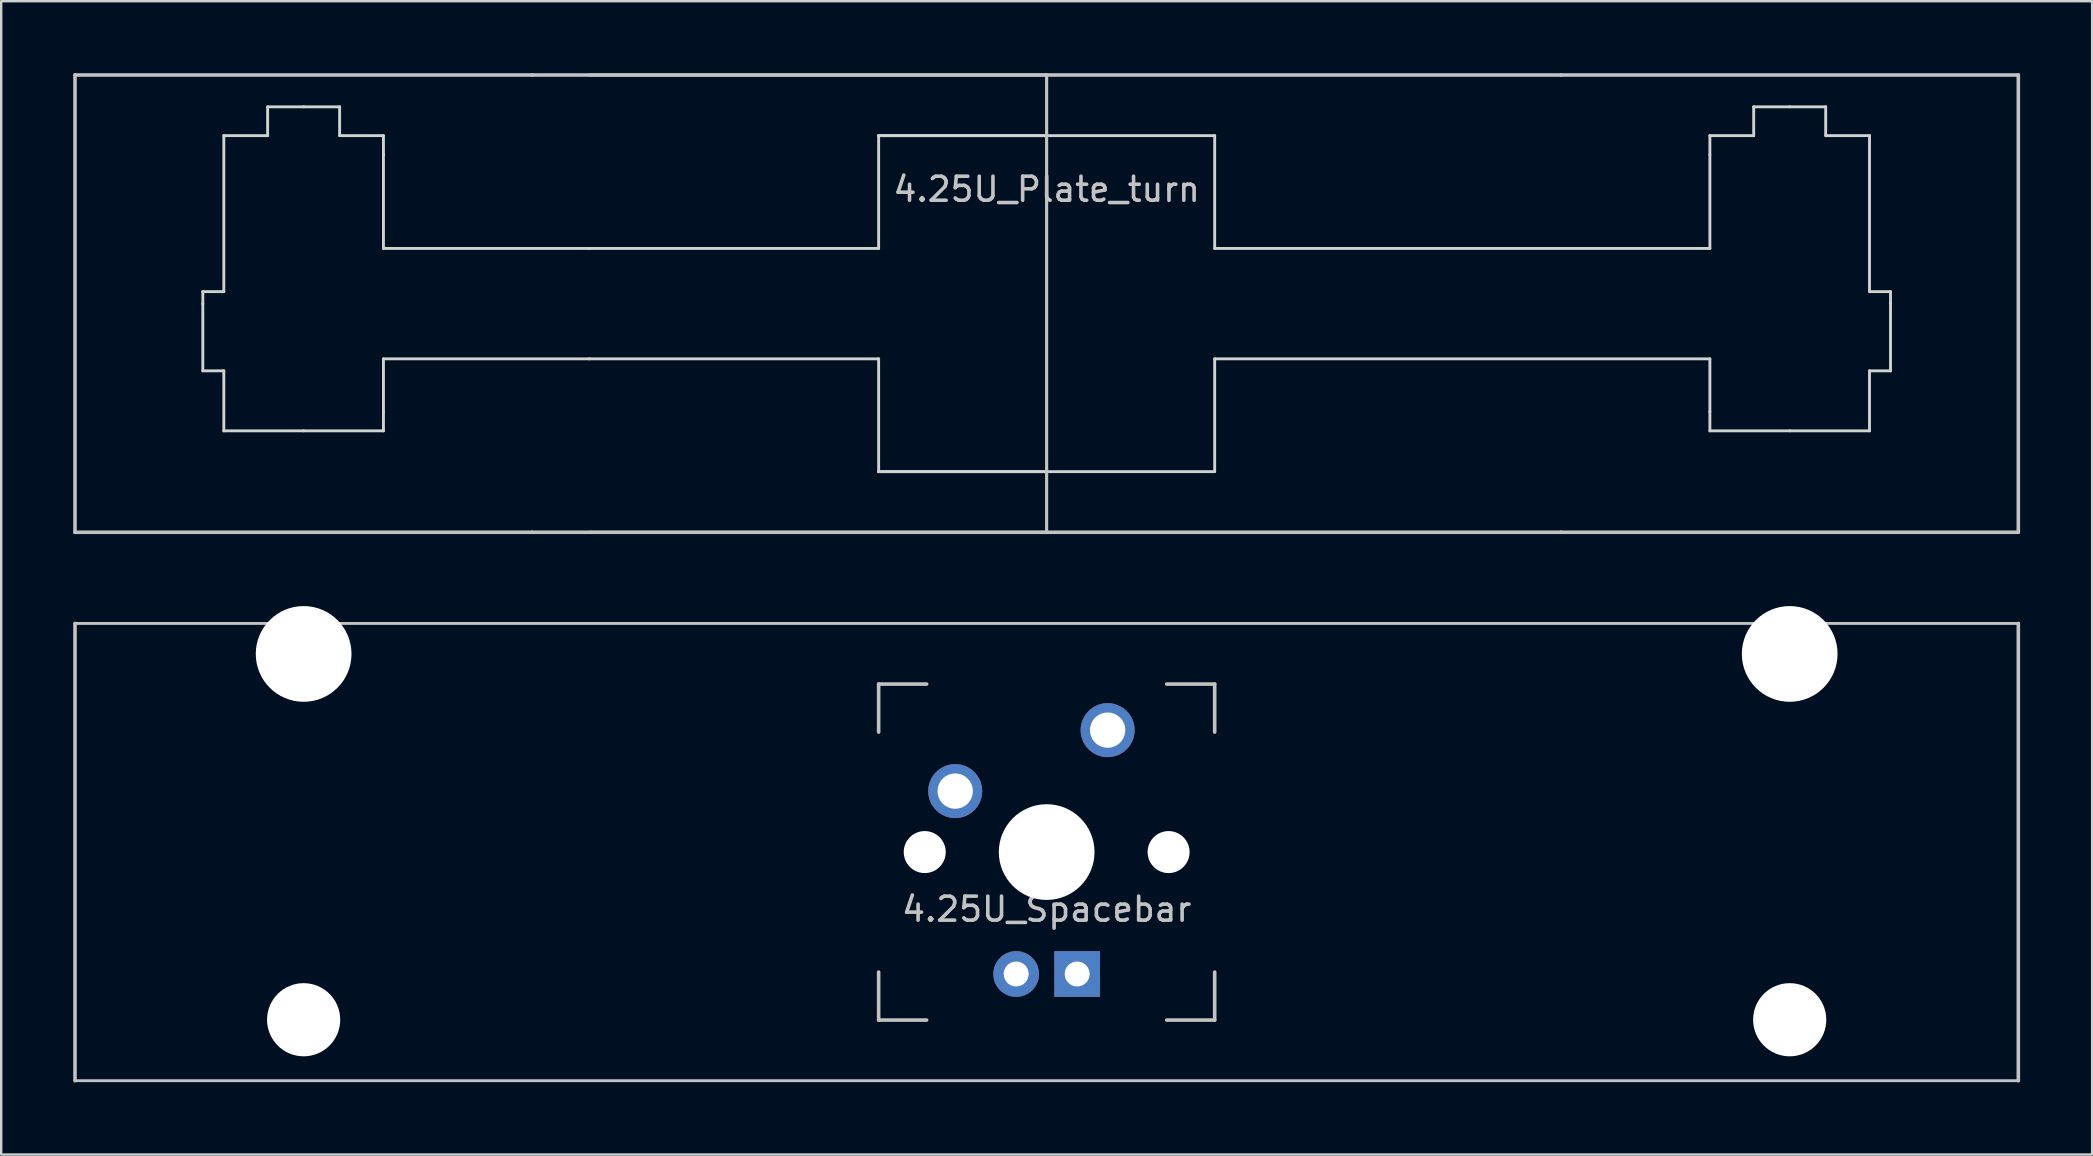
<source format=kicad_pcb>
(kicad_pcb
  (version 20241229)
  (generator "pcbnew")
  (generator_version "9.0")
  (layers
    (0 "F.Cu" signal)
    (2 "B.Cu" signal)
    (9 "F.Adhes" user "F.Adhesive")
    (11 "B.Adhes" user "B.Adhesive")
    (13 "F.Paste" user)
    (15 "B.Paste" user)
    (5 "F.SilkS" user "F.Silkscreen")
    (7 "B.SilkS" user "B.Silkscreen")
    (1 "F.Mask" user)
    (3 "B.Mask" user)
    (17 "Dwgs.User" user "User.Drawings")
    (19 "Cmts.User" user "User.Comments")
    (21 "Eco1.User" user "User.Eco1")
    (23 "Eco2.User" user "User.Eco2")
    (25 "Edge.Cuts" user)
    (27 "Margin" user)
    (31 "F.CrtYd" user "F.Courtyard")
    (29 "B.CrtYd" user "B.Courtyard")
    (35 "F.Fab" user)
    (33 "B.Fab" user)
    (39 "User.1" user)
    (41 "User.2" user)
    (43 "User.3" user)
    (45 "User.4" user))
  (footprint "4.25U_Plate_turn"
    (layer "F.Cu")
    (at 40.556 9.6)
    (property "Reference" "4.25U_Plate_turn" (at 0 -4.763 0) (unlocked yes) (layer "Dwgs.User") (effects (font (size 1 1) (thickness 0.15))))
    (attr smd)
    (fp_line (start -40.481 -9.525) (end -21.431 -9.525) (stroke (width 0.15) (type solid)) (layer "Dwgs.User"))
    (fp_line (start -40.481 9.525) (end -40.481 -9.525) (stroke (width 0.15) (type solid)) (layer "Dwgs.User"))
    (fp_line (start -21.431 9.525) (end -40.481 9.525) (stroke (width 0.15) (type solid)) (layer "Dwgs.User"))
    (fp_line (start -19.05 -9.525) (end 0 -9.525) (stroke (width 0.12) (type solid)) (layer "Dwgs.User"))
    (fp_line (start -19.05 9.525) (end 0 9.525) (stroke (width 0.12) (type solid)) (layer "Dwgs.User"))
    (fp_line (start 0 -9.525) (end 0 9.525) (stroke (width 0.12) (type solid)) (layer "Dwgs.User"))
    (fp_line (start 0 9.525) (end 0 -9.525) (stroke (width 0.12) (type solid)) (layer "Dwgs.User"))
    (fp_line (start 21.431 -9.525) (end -21.431 -9.525) (stroke (width 0.15) (type solid)) (layer "Dwgs.User"))
    (fp_line (start 21.431 -9.525) (end 40.481 -9.525) (stroke (width 0.15) (type solid)) (layer "Dwgs.User"))
    (fp_line (start 21.431 9.525) (end -21.431 9.525) (stroke (width 0.15) (type solid)) (layer "Dwgs.User"))
    (fp_line (start 40.481 -9.525) (end 40.481 9.525) (stroke (width 0.15) (type solid)) (layer "Dwgs.User"))
    (fp_line (start 40.481 9.525) (end 21.431 9.525) (stroke (width 0.15) (type solid)) (layer "Dwgs.User"))
    (fp_line (start -35.156 0) (end -35.156 -0.5) (stroke (width 0.12) (type solid)) (layer "Edge.Cuts"))
    (fp_line (start -35.156 0) (end -35.156 2.8) (stroke (width 0.12) (type solid)) (layer "Edge.Cuts"))
    (fp_line (start -34.281 -0.5) (end -35.156 -0.5) (stroke (width 0.12) (type solid)) (layer "Edge.Cuts"))
    (fp_line (start -34.281 -0.5) (end -34.281 -7) (stroke (width 0.12) (type solid)) (layer "Edge.Cuts"))
    (fp_line (start -34.281 2.8) (end -35.156 2.8) (stroke (width 0.12) (type solid)) (layer "Edge.Cuts"))
    (fp_line (start -34.281 2.8) (end -34.281 5.3) (stroke (width 0.12) (type solid)) (layer "Edge.Cuts"))
    (fp_line (start -34.281 5.3) (end -30.956 5.3) (stroke (width 0.12) (type solid)) (layer "Edge.Cuts"))
    (fp_line (start -32.456 -8.2) (end -30.956 -8.2) (stroke (width 0.12) (type solid)) (layer "Edge.Cuts"))
    (fp_line (start -32.456 -7) (end -34.281 -7) (stroke (width 0.12) (type solid)) (layer "Edge.Cuts"))
    (fp_line (start -32.456 -7) (end -32.456 -8.2) (stroke (width 0.12) (type solid)) (layer "Edge.Cuts"))
    (fp_line (start -30.956 -8.2) (end -29.456 -8.2) (stroke (width 0.12) (type solid)) (layer "Edge.Cuts"))
    (fp_line (start -30.956 5.3) (end -27.631 5.3) (stroke (width 0.12) (type solid)) (layer "Edge.Cuts"))
    (fp_line (start -29.456 -7) (end -29.456 -8.2) (stroke (width 0.12) (type solid)) (layer "Edge.Cuts"))
    (fp_line (start -29.456 -7) (end -27.631 -7) (stroke (width 0.12) (type solid)) (layer "Edge.Cuts"))
    (fp_line (start -27.631 -7) (end -27.631 -6.2) (stroke (width 0.12) (type solid)) (layer "Edge.Cuts"))
    (fp_line (start -27.631 -2.3) (end -27.631 -6.2) (stroke (width 0.12) (type solid)) (layer "Edge.Cuts"))
    (fp_line (start -27.631 -2.3) (end -19.05 -2.3) (stroke (width 0.12) (type solid)) (layer "Edge.Cuts"))
    (fp_line (start -27.631 2.3) (end -27.631 4.5) (stroke (width 0.12) (type solid)) (layer "Edge.Cuts"))
    (fp_line (start -27.631 2.3) (end -19.05 2.3) (stroke (width 0.12) (type solid)) (layer "Edge.Cuts"))
    (fp_line (start -27.631 5.3) (end -27.631 4.5) (stroke (width 0.12) (type solid)) (layer "Edge.Cuts"))
    (fp_line (start -19.05 2.3) (end -7 2.3) (stroke (width 0.12) (type solid)) (layer "Edge.Cuts"))
    (fp_line (start -7 -7) (end -7 -2.3) (stroke (width 0.12) (type solid)) (layer "Edge.Cuts"))
    (fp_line (start -7 -7) (end 0 -7) (stroke (width 0.12) (type solid)) (layer "Edge.Cuts"))
    (fp_line (start -7 -2.3) (end -19.05 -2.3) (stroke (width 0.12) (type solid)) (layer "Edge.Cuts"))
    (fp_line (start -7 7) (end -7 2.3) (stroke (width 0.12) (type solid)) (layer "Edge.Cuts"))
    (fp_line (start -7 7) (end 0 7) (stroke (width 0.12) (type solid)) (layer "Edge.Cuts"))
    (fp_line (start -7 7) (end 7 7) (stroke (width 0.12) (type solid)) (layer "Edge.Cuts"))
    (fp_line (start 7 -7) (end -7 -7) (stroke (width 0.12) (type solid)) (layer "Edge.Cuts"))
    (fp_line (start 7 -2.3) (end 7 -7) (stroke (width 0.12) (type solid)) (layer "Edge.Cuts"))
    (fp_line (start 7 -2.3) (end 27.631 -2.3) (stroke (width 0.12) (type solid)) (layer "Edge.Cuts"))
    (fp_line (start 7 2.3) (end 27.631 2.3) (stroke (width 0.12) (type solid)) (layer "Edge.Cuts"))
    (fp_line (start 7 7) (end 7 2.3) (stroke (width 0.12) (type solid)) (layer "Edge.Cuts"))
    (fp_line (start 27.631 -7) (end 27.631 -6.2) (stroke (width 0.12) (type solid)) (layer "Edge.Cuts"))
    (fp_line (start 27.631 -2.3) (end 27.631 -6.2) (stroke (width 0.12) (type solid)) (layer "Edge.Cuts"))
    (fp_line (start 27.631 2.3) (end 27.631 4.5) (stroke (width 0.12) (type solid)) (layer "Edge.Cuts"))
    (fp_line (start 27.631 5.3) (end 27.631 4.5) (stroke (width 0.12) (type solid)) (layer "Edge.Cuts"))
    (fp_line (start 27.631 5.3) (end 30.956 5.3) (stroke (width 0.12) (type solid)) (layer "Edge.Cuts"))
    (fp_line (start 29.456 -8.2) (end 30.956 -8.2) (stroke (width 0.12) (type solid)) (layer "Edge.Cuts"))
    (fp_line (start 29.456 -7) (end 27.631 -7) (stroke (width 0.12) (type solid)) (layer "Edge.Cuts"))
    (fp_line (start 29.456 -7) (end 29.456 -8.2) (stroke (width 0.12) (type solid)) (layer "Edge.Cuts"))
    (fp_line (start 30.956 -8.2) (end 32.456 -8.2) (stroke (width 0.12) (type solid)) (layer "Edge.Cuts"))
    (fp_line (start 30.956 5.3) (end 34.281 5.3) (stroke (width 0.12) (type solid)) (layer "Edge.Cuts"))
    (fp_line (start 32.456 -7) (end 32.456 -8.2) (stroke (width 0.12) (type solid)) (layer "Edge.Cuts"))
    (fp_line (start 32.456 -7) (end 34.281 -7) (stroke (width 0.12) (type solid)) (layer "Edge.Cuts"))
    (fp_line (start 34.281 -0.5) (end 34.281 -7) (stroke (width 0.12) (type solid)) (layer "Edge.Cuts"))
    (fp_line (start 34.281 2.8) (end 34.281 5.3) (stroke (width 0.12) (type solid)) (layer "Edge.Cuts"))
    (fp_line (start 35.156 -0.5) (end 34.281 -0.5) (stroke (width 0.12) (type solid)) (layer "Edge.Cuts"))
    (fp_line (start 35.156 0) (end 35.156 -0.5) (stroke (width 0.12) (type solid)) (layer "Edge.Cuts"))
    (fp_line (start 35.156 0) (end 35.156 2.8) (stroke (width 0.12) (type solid)) (layer "Edge.Cuts"))
    (fp_line (start 35.156 2.8) (end 34.281 2.8) (stroke (width 0.12) (type solid)) (layer "Edge.Cuts")))
  (footprint "4.25U_Spacebar"
    (layer "F.Cu")
    (at 40.556 32.449)
    (property "Reference" "4.25U_Spacebar" (at 0 2.381 0) (unlocked yes) (layer "Dwgs.User") (effects (font (size 1 1) (thickness 0.15))))
    (attr smd)
    (fp_line (start -40.481 -9.525) (end -40.481 9.525) (stroke (width 0.15) (type solid)) (layer "Dwgs.User"))
    (fp_line (start -40.481 9.525) (end 40.481 9.525) (stroke (width 0.12) (type solid)) (layer "Dwgs.User"))
    (fp_line (start -7 -7) (end -7 -5) (stroke (width 0.15) (type solid)) (layer "Dwgs.User"))
    (fp_line (start -7 5) (end -7 7) (stroke (width 0.15) (type solid)) (layer "Dwgs.User"))
    (fp_line (start -7 7) (end -5 7) (stroke (width 0.15) (type solid)) (layer "Dwgs.User"))
    (fp_line (start -5 -7) (end -7 -7) (stroke (width 0.15) (type solid)) (layer "Dwgs.User"))
    (fp_line (start 5 -7) (end 7 -7) (stroke (width 0.15) (type solid)) (layer "Dwgs.User"))
    (fp_line (start 5 7) (end 7 7) (stroke (width 0.15) (type solid)) (layer "Dwgs.User"))
    (fp_line (start 7 -7) (end 7 -5) (stroke (width 0.15) (type solid)) (layer "Dwgs.User"))
    (fp_line (start 7 7) (end 7 5) (stroke (width 0.15) (type solid)) (layer "Dwgs.User"))
    (fp_line (start 40.481 -9.525) (end -40.481 -9.525) (stroke (width 0.12) (type solid)) (layer "Dwgs.User"))
    (fp_line (start 40.481 9.525) (end 40.481 -9.525) (stroke (width 0.15) (type solid)) (layer "Dwgs.User"))
    (pad "" np_thru_hole circle (at -30.956 -8.255) (size 3.988 3.988) (drill 3.988) (layers "*.Cu" "*.Mask"))
    (pad "" np_thru_hole circle (at -30.956 6.985) (size 3.048 3.048) (drill 3.048) (layers "*.Cu" "*.Mask"))
    (pad "" np_thru_hole circle (at -5.08 0 48.1) (size 1.75 1.75) (drill 1.75) (layers "*.Cu" "*.Mask"))
    (pad "" np_thru_hole circle (at 0 0) (size 3.988 3.988) (drill 3.988) (layers "*.Cu" "*.Mask"))
    (pad "" np_thru_hole circle (at 5.08 0 48.1) (size 1.75 1.75) (drill 1.75) (layers "*.Cu" "*.Mask"))
    (pad "" np_thru_hole circle (at 30.956 -8.255) (size 3.988 3.988) (drill 3.988) (layers "*.Cu" "*.Mask"))
    (pad "" np_thru_hole circle (at 30.956 6.985) (size 3.048 3.048) (drill 3.048) (layers "*.Cu" "*.Mask"))
    (pad "1" thru_hole circle (at -3.81 -2.54) (size 2.25 2.25) (drill 1.47) (layers "*.Cu" "B.Mask"))
    (pad "2" thru_hole circle (at 2.54 -5.08) (size 2.25 2.25) (drill 1.47) (layers "*.Cu" "B.Mask"))
    (pad "3" thru_hole circle (at -1.27 5.08) (size 1.905 1.905) (drill 1.04) (layers "*.Cu" "B.Mask"))
    (pad "4" thru_hole rect (at 1.27 5.08) (size 1.905 1.905) (drill 1.04) (layers "*.Cu" "B.Mask")))
  (gr_rect
    (start -3 -3)
    (end 84.112 45.049)
    (stroke (width 0.1) (type default))
    (fill no)
    (layer "Edge.Cuts")))
</source>
